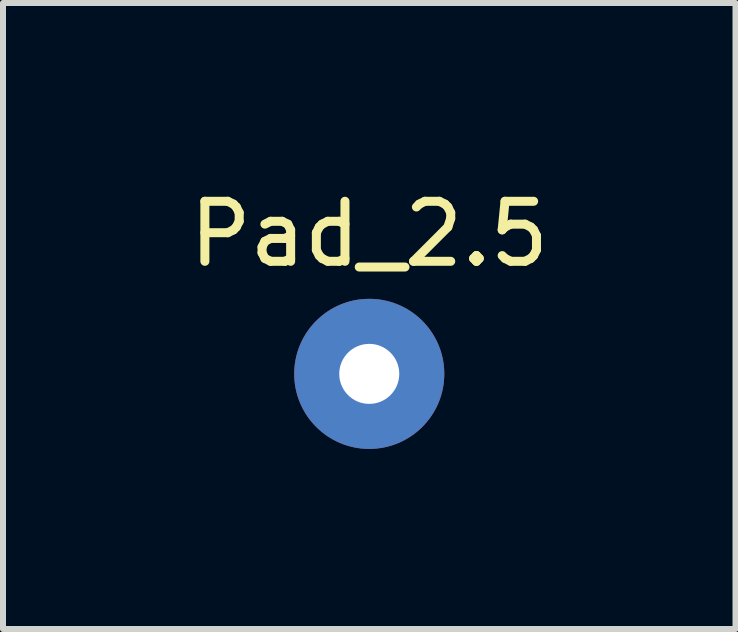
<source format=kicad_pcb>
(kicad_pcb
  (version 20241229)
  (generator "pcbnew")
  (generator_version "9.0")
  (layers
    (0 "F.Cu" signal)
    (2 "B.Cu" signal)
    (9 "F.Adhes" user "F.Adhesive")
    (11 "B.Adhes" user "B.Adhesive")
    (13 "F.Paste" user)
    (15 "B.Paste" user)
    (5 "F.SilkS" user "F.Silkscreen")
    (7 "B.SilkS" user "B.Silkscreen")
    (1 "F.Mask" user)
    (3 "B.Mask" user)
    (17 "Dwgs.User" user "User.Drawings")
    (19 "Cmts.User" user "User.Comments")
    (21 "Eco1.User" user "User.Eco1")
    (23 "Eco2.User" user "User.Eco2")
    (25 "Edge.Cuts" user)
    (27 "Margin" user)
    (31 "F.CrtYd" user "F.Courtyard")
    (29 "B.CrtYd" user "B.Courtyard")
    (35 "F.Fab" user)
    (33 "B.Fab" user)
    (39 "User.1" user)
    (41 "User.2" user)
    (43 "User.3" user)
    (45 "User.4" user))
  (footprint "Pad_2.5"
    (layer "F.Cu")
    (at 3.101 3.178)
    (property "Reference" "Pad_2.5" (at 0 -2.33 0) (layer "F.SilkS") (effects (font (size 1 1) (thickness 0.15))))
    (attr through_hole)
    (pad "1" thru_hole circle (at 0 0) (size 2.5 2.5) (drill 1) (layers "*.Cu" "*.Mask")))
  (gr_rect
    (start -3 -3)
    (end 9.202 7.428)
    (stroke (width 0.1) (type default))
    (fill no)
    (layer "Edge.Cuts")))
</source>
